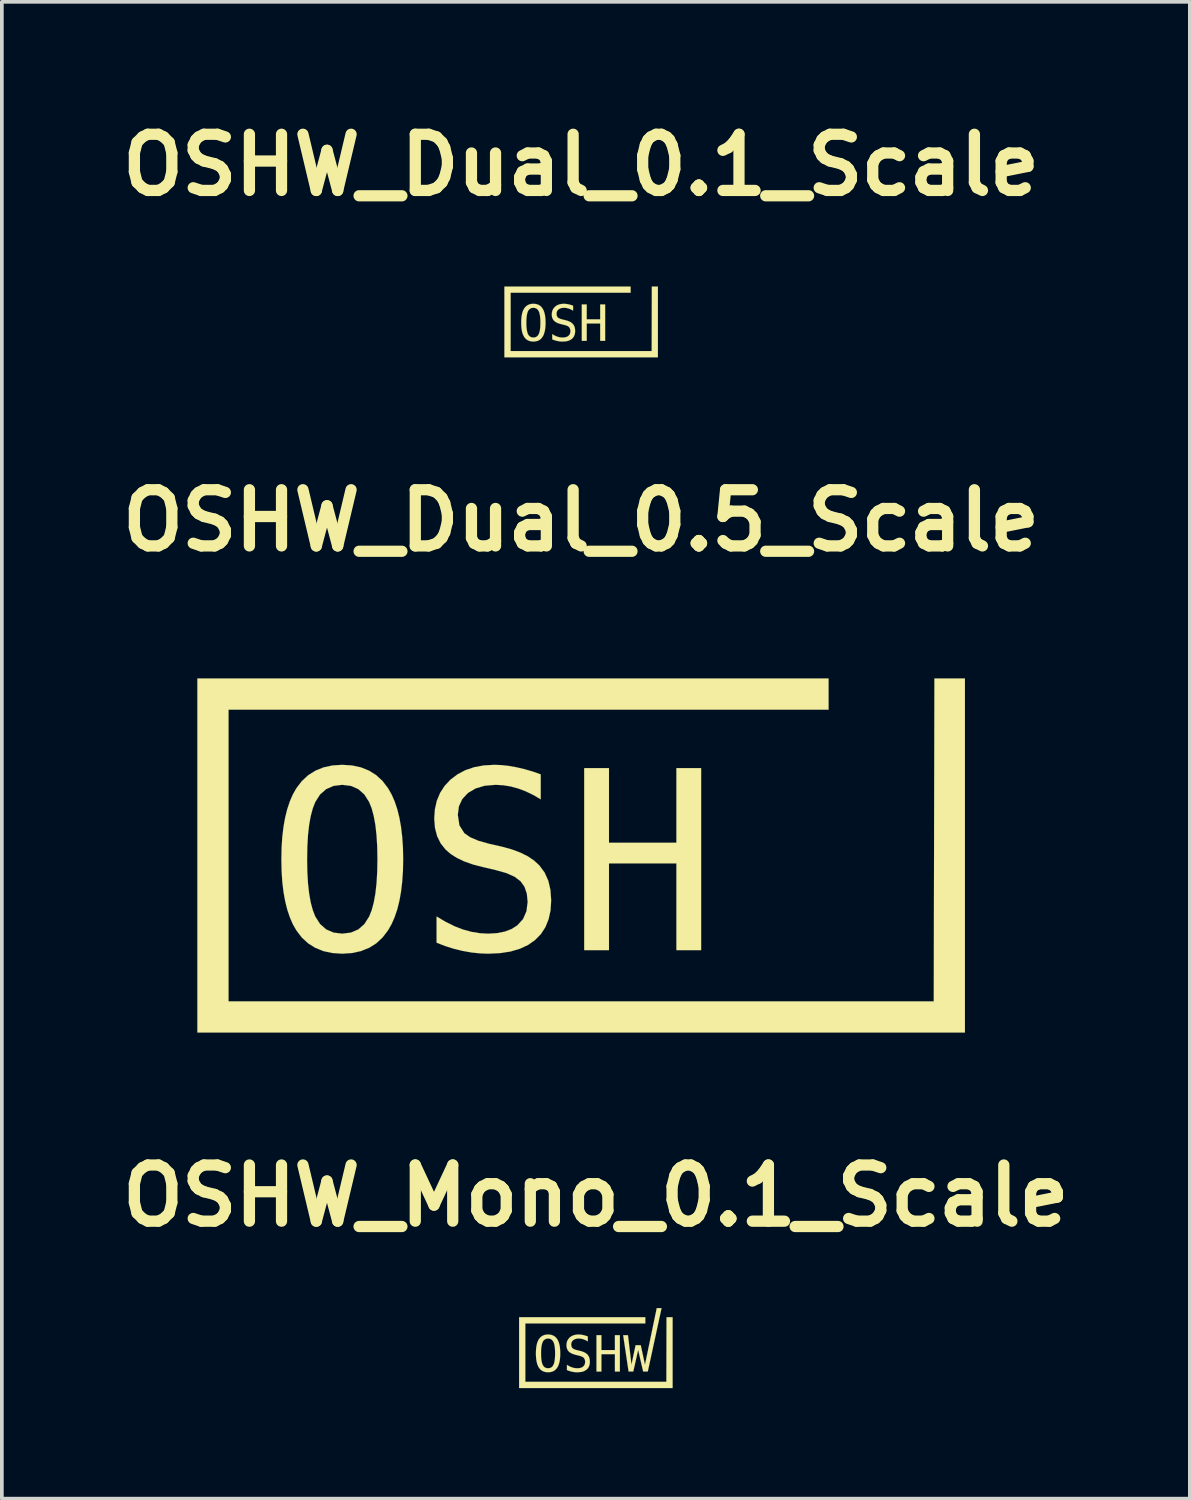
<source format=kicad_pcb>
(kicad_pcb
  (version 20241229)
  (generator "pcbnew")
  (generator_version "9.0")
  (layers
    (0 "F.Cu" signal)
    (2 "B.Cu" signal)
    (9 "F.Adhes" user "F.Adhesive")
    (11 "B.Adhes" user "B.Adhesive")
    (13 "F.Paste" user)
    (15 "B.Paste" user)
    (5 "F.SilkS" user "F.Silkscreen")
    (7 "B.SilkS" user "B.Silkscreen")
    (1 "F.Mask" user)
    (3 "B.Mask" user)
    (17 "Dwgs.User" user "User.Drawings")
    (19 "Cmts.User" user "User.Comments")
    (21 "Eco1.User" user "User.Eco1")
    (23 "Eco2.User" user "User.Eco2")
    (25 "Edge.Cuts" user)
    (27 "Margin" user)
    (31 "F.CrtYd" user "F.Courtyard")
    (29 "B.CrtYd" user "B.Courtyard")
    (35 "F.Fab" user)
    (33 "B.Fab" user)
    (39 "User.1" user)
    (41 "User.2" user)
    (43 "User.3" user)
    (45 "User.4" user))
  (footprint "OSHW_Dual_0.5_Scale"
    (layer "F.Cu")
    (at 12.715 19.539)
    (property "Reference" "OSHW_Dual_0.5_Scale" (at 0 -8.469 0) (layer "F.SilkS") (effects (font (size 1.524 1.524) (thickness 0.305))))
    (attr through_hole)
    (fp_poly (pts (xy 3.705 -1.752) (xy 4.356 -1.752) (xy 4.829 2.257) (xy 5.391 -0.396) (xy 6.089 -0.396) (xy 6.658 2.263) (xy 8.26 -5.421) (xy 8.912 -5.421) (xy 7.045 3.186) (xy 6.413 3.186) (xy 5.742 0.252) (xy 5.074 3.186) (xy 4.442 3.186) (xy 3.705 -1.752)) (stroke (width 0.003) (type solid)) (fill yes) (layer "F.Mask"))
    (fp_poly (pts (xy 0.083 -1.752) (xy 0.755 -1.752) (xy 0.755 0.272) (xy 2.584 0.272) (xy 2.584 -1.752) (xy 3.255 -1.752) (xy 3.255 3.186) (xy 2.584 3.186) (xy 2.584 0.834) (xy 0.755 0.834) (xy 0.755 3.186) (xy 0.083 3.186) (xy 0.083 -1.752)) (stroke (width 0.003) (type solid)) (fill yes) (layer "F.SilkS"))
    (fp_poly (pts (xy -10.411 -4.184) (xy -10.411 -3.76) (xy -10.411 4.997) (xy -10.411 5.421) (xy -9.988 5.421) (xy 9.988 5.421) (xy 10.411 5.421) (xy 10.411 4.997) (xy 10.411 -4.184) (xy 9.583 -4.184) (xy 9.565 4.574) (xy -9.565 4.574) (xy -9.565 -3.337) (xy 6.712 -3.337) (xy 6.712 -4.184) (xy -9.988 -4.184) (xy -10.411 -4.184)) (stroke (width 0.003) (type solid)) (fill yes) (layer "F.SilkS"))
    (fp_poly (pts (xy -1.097 -1.583) (xy -1.097 -0.905) (xy -1.301 -1.025) (xy -1.505 -1.123) (xy -1.709 -1.2) (xy -1.913 -1.255) (xy -2.118 -1.288) (xy -2.324 -1.299) (xy -2.618 -1.274) (xy -2.867 -1.2) (xy -3.072 -1.077) (xy -3.224 -0.914) (xy -3.316 -0.717) (xy -3.346 -0.485) (xy -3.302 -0.197) (xy -3.168 0.014) (xy -3.012 0.123) (xy -2.787 0.219) (xy -2.493 0.302) (xy -2.143 0.381) (xy -1.88 0.454) (xy -1.647 0.541) (xy -1.445 0.642) (xy -1.273 0.759) (xy -1.131 0.891) (xy -0.992 1.08) (xy -0.892 1.301) (xy -0.833 1.553) (xy -0.813 1.837) (xy -0.83 2.105) (xy -0.883 2.347) (xy -0.97 2.562) (xy -1.092 2.75) (xy -1.25 2.911) (xy -1.44 3.045) (xy -1.662 3.148) (xy -1.916 3.223) (xy -2.202 3.267) (xy -2.52 3.282) (xy -2.751 3.273) (xy -2.984 3.248) (xy -3.217 3.206) (xy -3.452 3.149) (xy -3.686 3.075) (xy -3.922 2.984) (xy -3.922 2.273) (xy -3.673 2.42) (xy -3.434 2.538) (xy -3.204 2.627) (xy -2.977 2.689) (xy -2.749 2.727) (xy -2.52 2.739) (xy -2.281 2.725) (xy -2.07 2.683) (xy -1.887 2.613) (xy -1.732 2.515) (xy -1.576 2.343) (xy -1.483 2.131) (xy -1.451 1.88) (xy -1.473 1.652) (xy -1.538 1.464) (xy -1.646 1.314) (xy -1.806 1.194) (xy -2.03 1.094) (xy -2.318 1.013) (xy -2.675 0.93) (xy -2.935 0.862) (xy -3.165 0.781) (xy -3.365 0.687) (xy -3.534 0.58) (xy -3.674 0.461) (xy -3.81 0.29) (xy -3.907 0.093) (xy -3.965 -0.131) (xy -3.985 -0.383) (xy -3.967 -0.637) (xy -3.914 -0.869) (xy -3.825 -1.081) (xy -3.701 -1.272) (xy -3.542 -1.441) (xy -3.351 -1.585) (xy -3.138 -1.697) (xy -2.901 -1.777) (xy -2.641 -1.825) (xy -2.358 -1.841) (xy -2.165 -1.834) (xy -1.965 -1.812) (xy -1.759 -1.775) (xy -1.546 -1.726) (xy -1.325 -1.662) (xy -1.097 -1.583)) (stroke (width 0.003) (type solid)) (fill yes) (layer "F.SilkS"))
    (fp_poly (pts (xy -5.526 0.722) (xy -4.828 0.722) (xy -4.834 1.034) (xy -4.854 1.326) (xy -4.886 1.597) (xy -4.931 1.848) (xy -4.988 2.078) (xy -5.059 2.288) (xy -5.142 2.478) (xy -5.238 2.647) (xy -5.386 2.841) (xy -5.557 3) (xy -5.752 3.123) (xy -5.972 3.211) (xy -6.215 3.264) (xy -6.482 3.282) (xy -6.749 3.264) (xy -6.992 3.212) (xy -7.211 3.124) (xy -7.406 3.001) (xy -7.578 2.843) (xy -7.725 2.65) (xy -7.821 2.482) (xy -7.903 2.293) (xy -7.973 2.083) (xy -8.03 1.852) (xy -8.075 1.601) (xy -8.107 1.329) (xy -8.126 1.036) (xy -8.132 0.722) (xy -8.126 0.409) (xy -8.107 0.117) (xy -8.075 -0.155) (xy -8.03 -0.407) (xy -7.973 -0.637) (xy -7.903 -0.848) (xy -7.821 -1.037) (xy -7.725 -1.206) (xy -7.577 -1.4) (xy -7.405 -1.559) (xy -7.209 -1.682) (xy -6.99 -1.771) (xy -6.748 -1.824) (xy -6.482 -1.841) (xy -6.215 -1.824) (xy -5.972 -1.771) (xy -5.752 -1.682) (xy -5.557 -1.559) (xy -5.386 -1.4) (xy -5.238 -1.206) (xy -5.142 -1.037) (xy -5.059 -0.848) (xy -4.988 -0.637) (xy -4.931 -0.407) (xy -4.886 -0.155) (xy -4.854 0.117) (xy -4.834 0.409) (xy -4.828 0.722) (xy -5.526 0.722) (xy -5.532 0.377) (xy -5.551 0.066) (xy -5.582 -0.211) (xy -5.626 -0.452) (xy -5.682 -0.66) (xy -5.751 -0.832) (xy -5.88 -1.036) (xy -6.044 -1.182) (xy -6.245 -1.27) (xy -6.482 -1.299) (xy -6.717 -1.27) (xy -6.917 -1.182) (xy -7.083 -1.036) (xy -7.213 -0.832) (xy -7.28 -0.66) (xy -7.336 -0.452) (xy -7.379 -0.211) (xy -7.41 0.066) (xy -7.428 0.377) (xy -7.434 0.722) (xy -7.428 1.066) (xy -7.41 1.376) (xy -7.379 1.652) (xy -7.336 1.894) (xy -7.28 2.1) (xy -7.213 2.273) (xy -7.083 2.477) (xy -6.917 2.623) (xy -6.717 2.71) (xy -6.482 2.739) (xy -6.245 2.71) (xy -6.044 2.624) (xy -5.88 2.479) (xy -5.751 2.276) (xy -5.682 2.104) (xy -5.626 1.896) (xy -5.582 1.655) (xy -5.551 1.378) (xy -5.532 1.067) (xy -5.526 0.722)) (stroke (width 0.003) (type solid)) (fill yes) (layer "F.SilkS")))
  (footprint "OSHW_Dual_0.1_Scale"
    (layer "F.Cu")
    (at 12.715 5.559)
    (property "Reference" "OSHW_Dual_0.1_Scale" (at 0 -4.132 0) (layer "F.SilkS") (effects (font (size 1.524 1.524) (thickness 0.305))))
    (attr through_hole)
    (fp_poly (pts (xy 0.741 -0.35) (xy 0.871 -0.35) (xy 0.966 0.451) (xy 1.078 -0.079) (xy 1.218 -0.079) (xy 1.332 0.453) (xy 1.652 -1.084) (xy 1.782 -1.084) (xy 1.409 0.637) (xy 1.283 0.637) (xy 1.148 0.05) (xy 1.015 0.637) (xy 0.888 0.637) (xy 0.741 -0.35)) (stroke (width 0.003) (type solid)) (fill yes) (layer "F.Mask"))
    (fp_poly (pts (xy 0.017 -0.35) (xy 0.151 -0.35) (xy 0.151 0.054) (xy 0.517 0.054) (xy 0.517 -0.35) (xy 0.651 -0.35) (xy 0.651 0.637) (xy 0.517 0.637) (xy 0.517 0.167) (xy 0.151 0.167) (xy 0.151 0.637) (xy 0.017 0.637) (xy 0.017 -0.35)) (stroke (width 0.003) (type solid)) (fill yes) (layer "F.SilkS"))
    (fp_poly (pts (xy -2.082 -0.837) (xy -2.082 -0.752) (xy -2.082 0.999) (xy -2.082 1.084) (xy -1.998 1.084) (xy 1.998 1.084) (xy 2.082 1.084) (xy 2.082 0.999) (xy 2.082 -0.837) (xy 1.917 -0.837) (xy 1.913 0.915) (xy -1.913 0.915) (xy -1.913 -0.667) (xy 1.342 -0.667) (xy 1.342 -0.837) (xy -1.998 -0.837) (xy -2.082 -0.837)) (stroke (width 0.003) (type solid)) (fill yes) (layer "F.SilkS"))
    (fp_poly (pts (xy -0.219 -0.317) (xy -0.219 -0.181) (xy -0.26 -0.205) (xy -0.301 -0.225) (xy -0.342 -0.24) (xy -0.383 -0.251) (xy -0.424 -0.258) (xy -0.465 -0.26) (xy -0.524 -0.255) (xy -0.573 -0.24) (xy -0.614 -0.215) (xy -0.645 -0.183) (xy -0.663 -0.143) (xy -0.669 -0.097) (xy -0.66 -0.039) (xy -0.634 0.003) (xy -0.602 0.025) (xy -0.557 0.044) (xy -0.499 0.06) (xy -0.429 0.076) (xy -0.376 0.091) (xy -0.329 0.108) (xy -0.289 0.128) (xy -0.255 0.152) (xy -0.226 0.178) (xy -0.198 0.216) (xy -0.178 0.26) (xy -0.167 0.311) (xy -0.163 0.367) (xy -0.166 0.421) (xy -0.177 0.469) (xy -0.194 0.512) (xy -0.218 0.55) (xy -0.25 0.582) (xy -0.288 0.609) (xy -0.332 0.63) (xy -0.383 0.645) (xy -0.44 0.653) (xy -0.504 0.656) (xy -0.55 0.655) (xy -0.597 0.65) (xy -0.643 0.641) (xy -0.69 0.63) (xy -0.737 0.615) (xy -0.784 0.597) (xy -0.784 0.455) (xy -0.735 0.484) (xy -0.687 0.508) (xy -0.641 0.525) (xy -0.595 0.538) (xy -0.55 0.545) (xy -0.504 0.548) (xy -0.456 0.545) (xy -0.414 0.537) (xy -0.377 0.523) (xy -0.346 0.503) (xy -0.315 0.469) (xy -0.297 0.426) (xy -0.29 0.376) (xy -0.295 0.33) (xy -0.308 0.293) (xy -0.329 0.263) (xy -0.361 0.239) (xy -0.406 0.219) (xy -0.464 0.203) (xy -0.535 0.186) (xy -0.587 0.172) (xy -0.633 0.156) (xy -0.673 0.137) (xy -0.707 0.116) (xy -0.735 0.092) (xy -0.762 0.058) (xy -0.781 0.019) (xy -0.793 -0.026) (xy -0.797 -0.077) (xy -0.793 -0.127) (xy -0.783 -0.174) (xy -0.765 -0.216) (xy -0.74 -0.254) (xy -0.708 -0.288) (xy -0.67 -0.317) (xy -0.628 -0.339) (xy -0.58 -0.355) (xy -0.528 -0.365) (xy -0.472 -0.368) (xy -0.433 -0.367) (xy -0.393 -0.362) (xy -0.352 -0.355) (xy -0.309 -0.345) (xy -0.265 -0.332) (xy -0.219 -0.317)) (stroke (width 0.003) (type solid)) (fill yes) (layer "F.SilkS"))
    (fp_poly (pts (xy -1.105 0.144) (xy -0.966 0.144) (xy -0.967 0.207) (xy -0.971 0.265) (xy -0.977 0.319) (xy -0.986 0.37) (xy -0.998 0.416) (xy -1.012 0.458) (xy -1.028 0.496) (xy -1.048 0.529) (xy -1.077 0.568) (xy -1.111 0.6) (xy -1.15 0.625) (xy -1.194 0.642) (xy -1.243 0.653) (xy -1.296 0.656) (xy -1.35 0.653) (xy -1.398 0.642) (xy -1.442 0.625) (xy -1.481 0.6) (xy -1.516 0.569) (xy -1.545 0.53) (xy -1.564 0.496) (xy -1.581 0.459) (xy -1.595 0.417) (xy -1.606 0.37) (xy -1.615 0.32) (xy -1.621 0.266) (xy -1.625 0.207) (xy -1.626 0.144) (xy -1.625 0.082) (xy -1.621 0.023) (xy -1.615 -0.031) (xy -1.606 -0.081) (xy -1.595 -0.127) (xy -1.581 -0.17) (xy -1.564 -0.207) (xy -1.545 -0.241) (xy -1.515 -0.28) (xy -1.481 -0.312) (xy -1.442 -0.336) (xy -1.398 -0.354) (xy -1.35 -0.365) (xy -1.296 -0.368) (xy -1.243 -0.365) (xy -1.194 -0.354) (xy -1.15 -0.336) (xy -1.111 -0.312) (xy -1.077 -0.28) (xy -1.048 -0.241) (xy -1.028 -0.207) (xy -1.012 -0.17) (xy -0.998 -0.127) (xy -0.986 -0.081) (xy -0.977 -0.031) (xy -0.971 0.023) (xy -0.967 0.082) (xy -0.966 0.144) (xy -1.105 0.144) (xy -1.106 0.075) (xy -1.11 0.013) (xy -1.116 -0.042) (xy -1.125 -0.09) (xy -1.136 -0.132) (xy -1.15 -0.166) (xy -1.176 -0.207) (xy -1.209 -0.236) (xy -1.249 -0.254) (xy -1.296 -0.26) (xy -1.343 -0.254) (xy -1.383 -0.236) (xy -1.417 -0.207) (xy -1.443 -0.166) (xy -1.456 -0.132) (xy -1.467 -0.09) (xy -1.476 -0.042) (xy -1.482 0.013) (xy -1.486 0.075) (xy -1.487 0.144) (xy -1.486 0.213) (xy -1.482 0.275) (xy -1.476 0.33) (xy -1.467 0.379) (xy -1.456 0.42) (xy -1.443 0.455) (xy -1.417 0.495) (xy -1.383 0.525) (xy -1.343 0.542) (xy -1.296 0.548) (xy -1.249 0.542) (xy -1.209 0.525) (xy -1.176 0.496) (xy -1.15 0.455) (xy -1.136 0.421) (xy -1.125 0.379) (xy -1.116 0.331) (xy -1.11 0.276) (xy -1.106 0.213) (xy -1.105 0.144)) (stroke (width 0.003) (type solid)) (fill yes) (layer "F.SilkS")))
  (footprint "OSHW_Mono_0.1_Scale"
    (layer "F.Cu")
    (at 13.114 33.52)
    (property "Reference" "OSHW_Mono_0.1_Scale" (at 0 -4.132 0) (layer "F.SilkS") (effects (font (size 1.524 1.524) (thickness 0.305))))
    (attr through_hole)
    (fp_poly (pts (xy 0.017 -0.35) (xy 0.151 -0.35) (xy 0.151 0.054) (xy 0.517 0.054) (xy 0.517 -0.35) (xy 0.651 -0.35) (xy 0.651 0.637) (xy 0.517 0.637) (xy 0.517 0.167) (xy 0.151 0.167) (xy 0.151 0.637) (xy 0.017 0.637) (xy 0.017 -0.35)) (stroke (width 0.003) (type solid)) (fill yes) (layer "F.SilkS"))
    (fp_poly (pts (xy 0.741 -0.35) (xy 0.871 -0.35) (xy 0.966 0.451) (xy 1.078 -0.079) (xy 1.218 -0.079) (xy 1.332 0.453) (xy 1.652 -1.084) (xy 1.782 -1.084) (xy 1.409 0.637) (xy 1.283 0.637) (xy 1.148 0.05) (xy 1.015 0.637) (xy 0.888 0.637) (xy 0.741 -0.35)) (stroke (width 0.003) (type solid)) (fill yes) (layer "F.SilkS"))
    (fp_poly (pts (xy -2.082 -0.837) (xy -2.082 -0.752) (xy -2.082 0.999) (xy -2.082 1.084) (xy -1.998 1.084) (xy 1.998 1.084) (xy 2.082 1.084) (xy 2.082 0.999) (xy 2.082 -0.837) (xy 1.917 -0.837) (xy 1.913 0.915) (xy -1.913 0.915) (xy -1.913 -0.667) (xy 1.342 -0.667) (xy 1.342 -0.837) (xy -1.998 -0.837) (xy -2.082 -0.837)) (stroke (width 0.003) (type solid)) (fill yes) (layer "F.SilkS"))
    (fp_poly (pts (xy -0.219 -0.317) (xy -0.219 -0.181) (xy -0.26 -0.205) (xy -0.301 -0.225) (xy -0.342 -0.24) (xy -0.383 -0.251) (xy -0.424 -0.258) (xy -0.465 -0.26) (xy -0.524 -0.255) (xy -0.573 -0.24) (xy -0.614 -0.215) (xy -0.645 -0.183) (xy -0.663 -0.143) (xy -0.669 -0.097) (xy -0.66 -0.039) (xy -0.634 0.003) (xy -0.602 0.025) (xy -0.557 0.044) (xy -0.499 0.06) (xy -0.429 0.076) (xy -0.376 0.091) (xy -0.329 0.108) (xy -0.289 0.128) (xy -0.255 0.152) (xy -0.226 0.178) (xy -0.198 0.216) (xy -0.178 0.26) (xy -0.167 0.311) (xy -0.163 0.367) (xy -0.166 0.421) (xy -0.177 0.469) (xy -0.194 0.512) (xy -0.218 0.55) (xy -0.25 0.582) (xy -0.288 0.609) (xy -0.332 0.63) (xy -0.383 0.645) (xy -0.44 0.653) (xy -0.504 0.656) (xy -0.55 0.655) (xy -0.597 0.65) (xy -0.643 0.641) (xy -0.69 0.63) (xy -0.737 0.615) (xy -0.784 0.597) (xy -0.784 0.455) (xy -0.735 0.484) (xy -0.687 0.508) (xy -0.641 0.525) (xy -0.595 0.538) (xy -0.55 0.545) (xy -0.504 0.548) (xy -0.456 0.545) (xy -0.414 0.537) (xy -0.377 0.523) (xy -0.346 0.503) (xy -0.315 0.469) (xy -0.297 0.426) (xy -0.29 0.376) (xy -0.295 0.33) (xy -0.308 0.293) (xy -0.329 0.263) (xy -0.361 0.239) (xy -0.406 0.219) (xy -0.464 0.203) (xy -0.535 0.186) (xy -0.587 0.172) (xy -0.633 0.156) (xy -0.673 0.137) (xy -0.707 0.116) (xy -0.735 0.092) (xy -0.762 0.058) (xy -0.781 0.019) (xy -0.793 -0.026) (xy -0.797 -0.077) (xy -0.793 -0.127) (xy -0.783 -0.174) (xy -0.765 -0.216) (xy -0.74 -0.254) (xy -0.708 -0.288) (xy -0.67 -0.317) (xy -0.628 -0.339) (xy -0.58 -0.355) (xy -0.528 -0.365) (xy -0.472 -0.368) (xy -0.433 -0.367) (xy -0.393 -0.362) (xy -0.352 -0.355) (xy -0.309 -0.345) (xy -0.265 -0.332) (xy -0.219 -0.317)) (stroke (width 0.003) (type solid)) (fill yes) (layer "F.SilkS"))
    (fp_poly (pts (xy -1.105 0.144) (xy -0.966 0.144) (xy -0.967 0.207) (xy -0.971 0.265) (xy -0.977 0.319) (xy -0.986 0.37) (xy -0.998 0.416) (xy -1.012 0.458) (xy -1.028 0.496) (xy -1.048 0.529) (xy -1.077 0.568) (xy -1.111 0.6) (xy -1.15 0.625) (xy -1.194 0.642) (xy -1.243 0.653) (xy -1.296 0.656) (xy -1.35 0.653) (xy -1.398 0.642) (xy -1.442 0.625) (xy -1.481 0.6) (xy -1.516 0.569) (xy -1.545 0.53) (xy -1.564 0.496) (xy -1.581 0.459) (xy -1.595 0.417) (xy -1.606 0.37) (xy -1.615 0.32) (xy -1.621 0.266) (xy -1.625 0.207) (xy -1.626 0.144) (xy -1.625 0.082) (xy -1.621 0.023) (xy -1.615 -0.031) (xy -1.606 -0.081) (xy -1.595 -0.127) (xy -1.581 -0.17) (xy -1.564 -0.207) (xy -1.545 -0.241) (xy -1.515 -0.28) (xy -1.481 -0.312) (xy -1.442 -0.336) (xy -1.398 -0.354) (xy -1.35 -0.365) (xy -1.296 -0.368) (xy -1.243 -0.365) (xy -1.194 -0.354) (xy -1.15 -0.336) (xy -1.111 -0.312) (xy -1.077 -0.28) (xy -1.048 -0.241) (xy -1.028 -0.207) (xy -1.012 -0.17) (xy -0.998 -0.127) (xy -0.986 -0.081) (xy -0.977 -0.031) (xy -0.971 0.023) (xy -0.967 0.082) (xy -0.966 0.144) (xy -1.105 0.144) (xy -1.106 0.075) (xy -1.11 0.013) (xy -1.116 -0.042) (xy -1.125 -0.09) (xy -1.136 -0.132) (xy -1.15 -0.166) (xy -1.176 -0.207) (xy -1.209 -0.236) (xy -1.249 -0.254) (xy -1.296 -0.26) (xy -1.343 -0.254) (xy -1.383 -0.236) (xy -1.417 -0.207) (xy -1.443 -0.166) (xy -1.456 -0.132) (xy -1.467 -0.09) (xy -1.476 -0.042) (xy -1.482 0.013) (xy -1.486 0.075) (xy -1.487 0.144) (xy -1.486 0.213) (xy -1.482 0.275) (xy -1.476 0.33) (xy -1.467 0.379) (xy -1.456 0.42) (xy -1.443 0.455) (xy -1.417 0.495) (xy -1.383 0.525) (xy -1.343 0.542) (xy -1.296 0.548) (xy -1.249 0.542) (xy -1.209 0.525) (xy -1.176 0.496) (xy -1.15 0.455) (xy -1.136 0.421) (xy -1.125 0.379) (xy -1.116 0.331) (xy -1.11 0.276) (xy -1.106 0.213) (xy -1.105 0.144)) (stroke (width 0.003) (type solid)) (fill yes) (layer "F.SilkS")))
  (gr_rect
    (start -3 -3)
    (end 29.227 37.605)
    (stroke (width 0.1) (type default))
    (fill no)
    (layer "Edge.Cuts")))
</source>
